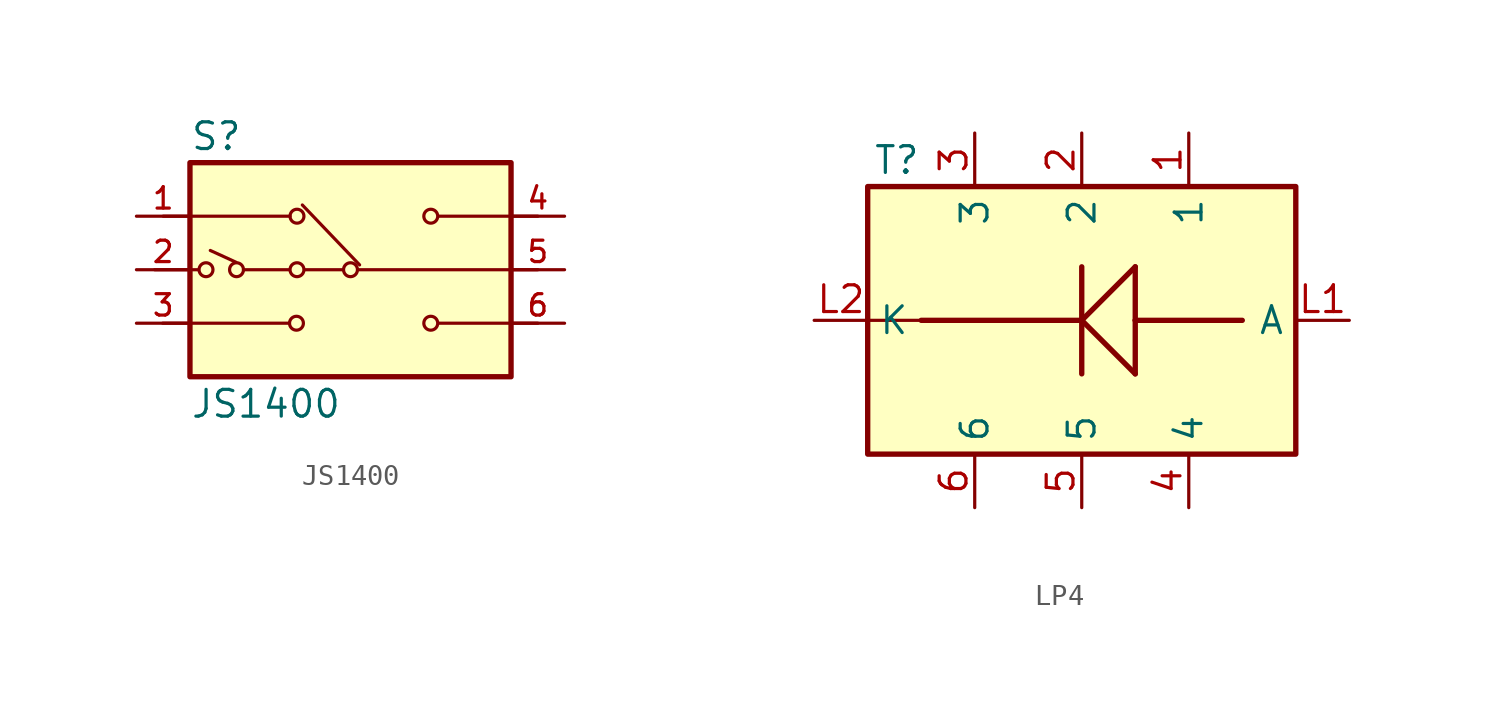
<source format=kicad_sym>
(kicad_symbol_lib
  (version 20241209)
  (generator "kicad_symbol_editor")
  (generator_version "9.0")
  (symbol "JS1400"
    (property "Reference" "S"
      (at -7.62 5.588 0)
      (effects (font (size 1.27 1.27)) (justify left bottom)))
    (property "Value" "JS1400"
      (at -7.62 -7.112 0)
      (effects (font (size 1.27 1.27)) (justify left bottom)))
    (symbol "JS1400_0_0"
      (polyline (pts (xy -9.296 0) (xy -7.214 0)) (stroke (width 0.152) (type default)) (fill (type none)))
      (polyline (pts (xy -8.915 -2.54) (xy -2.896 -2.54)) (stroke (width 0.152) (type default)) (fill (type none)))
      (polyline (pts (xy -8.89 2.54) (xy -2.87 2.54)) (stroke (width 0.152) (type default)) (fill (type none)))
      (rectangle (start -7.62 5.08) (end 7.62 -5.08) (stroke (width 0.254) (type default)) (fill (type background)))
      (circle (center -6.858 0) (radius 0.33) (stroke (width 0.152) (type default)) (fill (type none)))
      (polyline (pts (xy -6.655 0.914) (xy -5.436 0.356)) (stroke (width 0.152) (type default)) (fill (type none)))
      (circle (center -5.41 0) (radius 0.33) (stroke (width 0.152) (type default)) (fill (type none)))
      (polyline (pts (xy -5.08 0) (xy -2.921 0)) (stroke (width 0.152) (type default)) (fill (type none)))
      (circle (center -2.565 -2.54) (radius 0.33) (stroke (width 0.152) (type default)) (fill (type none)))
      (circle (center -2.54 2.54) (radius 0.33) (stroke (width 0.152) (type default)) (fill (type none)))
      (circle (center -2.54 0) (radius 0.33) (stroke (width 0.152) (type default)) (fill (type none)))
      (polyline (pts (xy -2.286 3.073) (xy 0.432 0.229)) (stroke (width 0.152) (type default)) (fill (type none)))
      (polyline (pts (xy -2.184 0) (xy -0.356 0)) (stroke (width 0.152) (type default)) (fill (type none)))
      (circle (center 0 0) (radius 0.33) (stroke (width 0.152) (type default)) (fill (type none)))
      (polyline (pts (xy 0.4 0) (xy 8.89 0)) (stroke (width 0.152) (type default)) (fill (type none)))
      (circle (center 3.81 2.54) (radius 0.33) (stroke (width 0.152) (type default)) (fill (type none)))
      (circle (center 3.81 -2.54) (radius 0.33) (stroke (width 0.152) (type default)) (fill (type none)))
      (polyline (pts (xy 4.191 2.54) (xy 8.89 2.54)) (stroke (width 0.152) (type default)) (fill (type none)))
      (polyline (pts (xy 4.191 -2.54) (xy 8.89 -2.54)) (stroke (width 0.152) (type default)) (fill (type none)))
      (pin passive line (at -10.16 0 0) (length 2.54) (name "~" (effects (font (size 1.016 1.016)))) (number "2" (effects (font (size 1.016 1.016)))))
      (pin passive line (at -10.16 -2.54 0) (length 2.54) (name "~" (effects (font (size 1.016 1.016)))) (number "3" (effects (font (size 1.016 1.016)))))
      (pin passive line (at 10.16 2.54 180) (length 2.54) (name "~" (effects (font (size 1.016 1.016)))) (number "4" (effects (font (size 1.016 1.016)))))
      (pin passive line (at 10.16 0 180) (length 2.54) (name "~" (effects (font (size 1.016 1.016)))) (number "5" (effects (font (size 1.016 1.016)))))
      (pin passive line (at 10.16 -2.54 180) (length 2.54) (name "~" (effects (font (size 1.016 1.016)))) (number "6" (effects (font (size 1.016 1.016))))))
    (symbol "JS1400_1_0"
      (pin passive line (at -10.16 2.54 0) (length 2.54) (name "~" (effects (font (size 1.016 1.016)))) (number "1" (effects (font (size 1.016 1.016)))))))
  (symbol "LP4"
    (property "Reference" "T"
      (at -9.906 6.858 0)
      (effects (font (size 1.27 1.27)) (justify left bottom)))
    (property "Value" ""
      (at -15.24 -10.16 0)
      (effects (font (size 1.27 1.079)) (justify left bottom)))
    (symbol "LP4_1_0"
      (polyline (pts (xy -7.62 0) (xy 0 0)) (stroke (width 0.254) (type solid)) (fill (type none)))
      (polyline (pts (xy 0 2.54) (xy 0 0)) (stroke (width 0.254) (type solid)) (fill (type none)))
      (polyline (pts (xy 0 0) (xy 0 -2.54)) (stroke (width 0.254) (type solid)) (fill (type none)))
      (polyline (pts (xy 0 0) (xy 2.54 2.54)) (stroke (width 0.254) (type solid)) (fill (type none)))
      (polyline (pts (xy 2.54 2.54) (xy 2.54 0)) (stroke (width 0.254) (type solid)) (fill (type none)))
      (polyline (pts (xy 2.54 0) (xy 2.54 -2.54)) (stroke (width 0.254) (type solid)) (fill (type none)))
      (polyline (pts (xy 2.54 0) (xy 7.62 0)) (stroke (width 0.254) (type solid)) (fill (type none)))
      (polyline (pts (xy 2.54 -2.54) (xy 0 0)) (stroke (width 0.254) (type solid)) (fill (type none)))
      (pin bidirectional line (at -12.7 0 0) (length 2.54) (name "K" (effects (font (size 1.27 1.27)))) (number "L2" (effects (font (size 1.27 1.27)))))
      (pin bidirectional line (at -5.08 8.89 270) (length 2.54) (name "3" (effects (font (size 1.27 1.27)))) (number "3" (effects (font (size 1.27 1.27)))))
      (pin bidirectional line (at -5.08 -8.89 90) (length 2.54) (name "6" (effects (font (size 1.27 1.27)))) (number "6" (effects (font (size 1.27 1.27)))))
      (pin bidirectional line (at 0 8.89 270) (length 2.54) (name "2" (effects (font (size 1.27 1.27)))) (number "2" (effects (font (size 1.27 1.27)))))
      (pin bidirectional line (at 0 -8.89 90) (length 2.54) (name "5" (effects (font (size 1.27 1.27)))) (number "5" (effects (font (size 1.27 1.27)))))
      (pin bidirectional line (at 5.08 8.89 270) (length 2.54) (name "1" (effects (font (size 1.27 1.27)))) (number "1" (effects (font (size 1.27 1.27)))))
      (pin bidirectional line (at 5.08 -8.89 90) (length 2.54) (name "4" (effects (font (size 1.27 1.27)))) (number "4" (effects (font (size 1.27 1.27)))))
      (pin bidirectional line (at 12.7 0 180) (length 2.54) (name "A" (effects (font (size 1.27 1.27)))) (number "L1" (effects (font (size 1.27 1.27))))))
    (symbol "LP4_1_1"
      (rectangle (start -10.16 6.35) (end 10.16 -6.35) (stroke (width 0.254) (type default)) (fill (type background)))
      (polyline (pts (xy -10.16 0) (xy -7.62 0)) (stroke (width 0) (type default)) (fill (type none))))))
</source>
